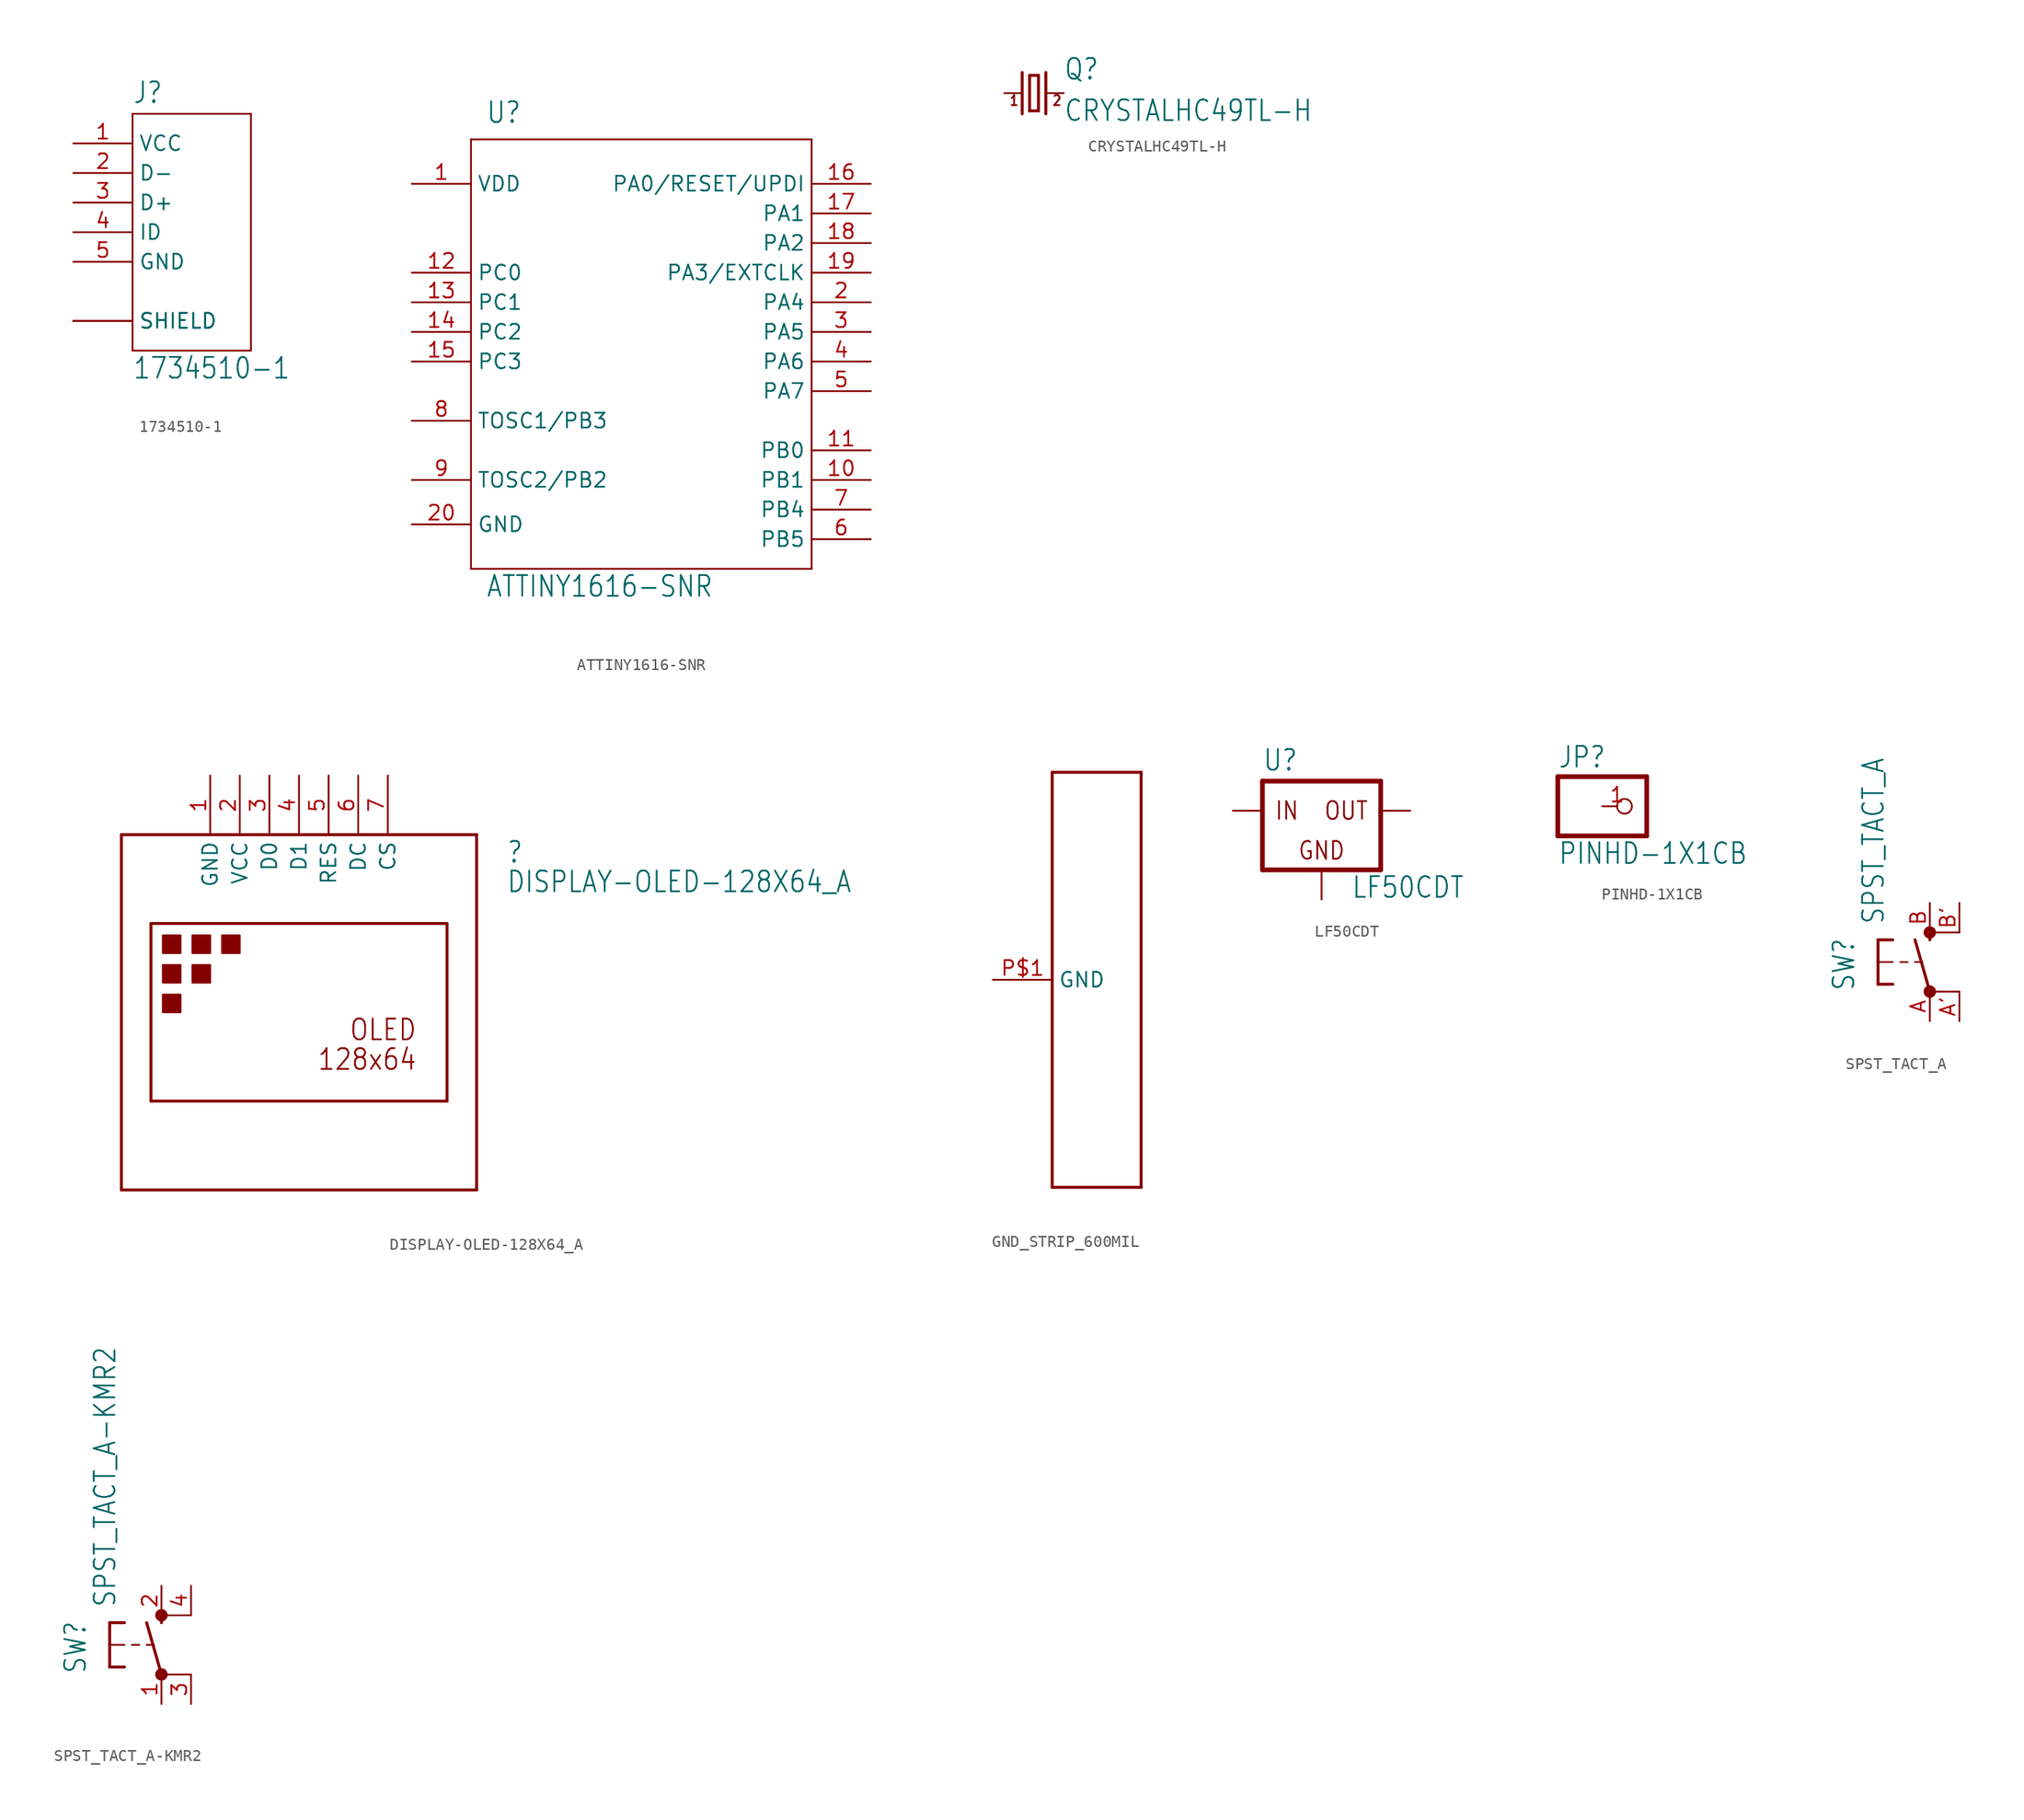
<source format=kicad_sym>
(kicad_symbol_lib
  (version 20211014)
  (generator kicad_symbol_editor)
  (symbol "1734510-1"
    (property "Reference" "J"
      (at -5.086 10.935 0)
      (effects (font (size 1.78 1.513)) (justify left bottom)))
    (property "Value" "1734510-1"
      (at -5.083 -12.707 0)
      (effects (font (size 1.779 1.512)) (justify left bottom)))
    (property "ki_locked" ""
      (at 0 0 0)
      (effects (font (size 1.27 1.27))))
    (symbol "1734510-1_1_0"
      (polyline (pts (xy -5.08 -10.16) (xy -5.08 10.16)) (stroke (width 0.152) (type default) (color 0 0 0 0)) (fill (type none)))
      (polyline (pts (xy -5.08 10.16) (xy 5.08 10.16)) (stroke (width 0.152) (type default) (color 0 0 0 0)) (fill (type none)))
      (polyline (pts (xy 5.08 -10.16) (xy -5.08 -10.16)) (stroke (width 0.152) (type default) (color 0 0 0 0)) (fill (type none)))
      (polyline (pts (xy 5.08 10.16) (xy 5.08 -10.16)) (stroke (width 0.152) (type default) (color 0 0 0 0)) (fill (type none)))
      (pin passive line (at -10.16 7.62 0) (length 5.08) (name "VCC" (effects (font (size 1.27 1.27)))) (number "1" (effects (font (size 1.27 1.27)))))
      (pin passive line (at -10.16 5.08 0) (length 5.08) (name "D-" (effects (font (size 1.27 1.27)))) (number "2" (effects (font (size 1.27 1.27)))))
      (pin passive line (at -10.16 2.54 0) (length 5.08) (name "D+" (effects (font (size 1.27 1.27)))) (number "3" (effects (font (size 1.27 1.27)))))
      (pin passive line (at -10.16 0 0) (length 5.08) (name "ID" (effects (font (size 1.27 1.27)))) (number "4" (effects (font (size 1.27 1.27)))))
      (pin passive line (at -10.16 -2.54 0) (length 5.08) (name "GND" (effects (font (size 1.27 1.27)))) (number "5" (effects (font (size 1.27 1.27)))))
      (pin passive line (at -10.16 -7.62 0) (length 5.08) (name "SHIELD" (effects (font (size 1.27 1.27)))) (number "SH1" (effects (font (size 0 0)))))
      (pin passive line (at -10.16 -7.62 0) (length 5.08) (name "SHIELD" (effects (font (size 1.27 1.27)))) (number "SH2" (effects (font (size 0 0)))))))
  (symbol "ATTINY1616-SNR"
    (property "Reference" "U"
      (at -12.7 17.78 0)
      (effects (font (size 1.778 1.511)) (justify left bottom)))
    (property "Value" "ATTINY1616-SNR"
      (at -12.7 -22.86 0)
      (effects (font (size 1.778 1.511)) (justify left bottom)))
    (property "ki_locked" ""
      (at 0 0 0)
      (effects (font (size 1.27 1.27))))
    (symbol "ATTINY1616-SNR_1_0"
      (polyline (pts (xy -13.97 -20.32) (xy 15.24 -20.32)) (stroke (width 0.152) (type default) (color 0 0 0 0)) (fill (type none)))
      (polyline (pts (xy -13.97 16.51) (xy -13.97 -20.32)) (stroke (width 0.152) (type default) (color 0 0 0 0)) (fill (type none)))
      (polyline (pts (xy 15.24 -20.32) (xy 15.24 16.51)) (stroke (width 0.152) (type default) (color 0 0 0 0)) (fill (type none)))
      (polyline (pts (xy 15.24 16.51) (xy -13.97 16.51)) (stroke (width 0.152) (type default) (color 0 0 0 0)) (fill (type none)))
      (pin power_in line (at -19.05 12.7 0) (length 5.08) (name "VDD" (effects (font (size 1.27 1.27)))) (number "1" (effects (font (size 1.27 1.27)))))
      (pin bidirectional line (at 20.32 -12.7 180) (length 5.08) (name "PB1" (effects (font (size 1.27 1.27)))) (number "10" (effects (font (size 1.27 1.27)))))
      (pin bidirectional line (at 20.32 -10.16 180) (length 5.08) (name "PB0" (effects (font (size 1.27 1.27)))) (number "11" (effects (font (size 1.27 1.27)))))
      (pin bidirectional line (at -19.05 5.08 0) (length 5.08) (name "PC0" (effects (font (size 1.27 1.27)))) (number "12" (effects (font (size 1.27 1.27)))))
      (pin bidirectional line (at -19.05 2.54 0) (length 5.08) (name "PC1" (effects (font (size 1.27 1.27)))) (number "13" (effects (font (size 1.27 1.27)))))
      (pin bidirectional line (at -19.05 0 0) (length 5.08) (name "PC2" (effects (font (size 1.27 1.27)))) (number "14" (effects (font (size 1.27 1.27)))))
      (pin bidirectional line (at -19.05 -2.54 0) (length 5.08) (name "PC3" (effects (font (size 1.27 1.27)))) (number "15" (effects (font (size 1.27 1.27)))))
      (pin bidirectional line (at 20.32 12.7 180) (length 5.08) (name "PA0/RESET/UPDI" (effects (font (size 1.27 1.27)))) (number "16" (effects (font (size 1.27 1.27)))))
      (pin bidirectional line (at 20.32 10.16 180) (length 5.08) (name "PA1" (effects (font (size 1.27 1.27)))) (number "17" (effects (font (size 1.27 1.27)))))
      (pin bidirectional line (at 20.32 7.62 180) (length 5.08) (name "PA2" (effects (font (size 1.27 1.27)))) (number "18" (effects (font (size 1.27 1.27)))))
      (pin bidirectional line (at 20.32 5.08 180) (length 5.08) (name "PA3/EXTCLK" (effects (font (size 1.27 1.27)))) (number "19" (effects (font (size 1.27 1.27)))))
      (pin bidirectional line (at 20.32 2.54 180) (length 5.08) (name "PA4" (effects (font (size 1.27 1.27)))) (number "2" (effects (font (size 1.27 1.27)))))
      (pin power_in line (at -19.05 -16.51 0) (length 5.08) (name "GND" (effects (font (size 1.27 1.27)))) (number "20" (effects (font (size 1.27 1.27)))))
      (pin bidirectional line (at 20.32 0 180) (length 5.08) (name "PA5" (effects (font (size 1.27 1.27)))) (number "3" (effects (font (size 1.27 1.27)))))
      (pin bidirectional line (at 20.32 -2.54 180) (length 5.08) (name "PA6" (effects (font (size 1.27 1.27)))) (number "4" (effects (font (size 1.27 1.27)))))
      (pin bidirectional line (at 20.32 -5.08 180) (length 5.08) (name "PA7" (effects (font (size 1.27 1.27)))) (number "5" (effects (font (size 1.27 1.27)))))
      (pin bidirectional line (at 20.32 -17.78 180) (length 5.08) (name "PB5" (effects (font (size 1.27 1.27)))) (number "6" (effects (font (size 1.27 1.27)))))
      (pin bidirectional line (at 20.32 -15.24 180) (length 5.08) (name "PB4" (effects (font (size 1.27 1.27)))) (number "7" (effects (font (size 1.27 1.27)))))
      (pin bidirectional line (at -19.05 -7.62 0) (length 5.08) (name "TOSC1/PB3" (effects (font (size 1.27 1.27)))) (number "8" (effects (font (size 1.27 1.27)))))
      (pin bidirectional line (at -19.05 -12.7 0) (length 5.08) (name "TOSC2/PB2" (effects (font (size 1.27 1.27)))) (number "9" (effects (font (size 1.27 1.27)))))))
  (symbol "CRYSTALHC49TL-H"
    (property "Reference" "Q"
      (at 2.54 1.016 0)
      (effects (font (size 1.778 1.511)) (justify left bottom)))
    (property "Value" "CRYSTALHC49TL-H"
      (at 2.54 -2.54 0)
      (effects (font (size 1.778 1.511)) (justify left bottom)))
    (property "ki_locked" ""
      (at 0 0 0)
      (effects (font (size 1.27 1.27))))
    (symbol "CRYSTALHC49TL-H_1_0"
      (polyline (pts (xy -2.54 0) (xy -1.016 0)) (stroke (width 0.152) (type default) (color 0 0 0 0)) (fill (type none)))
      (polyline (pts (xy -1.016 1.778) (xy -1.016 -1.778)) (stroke (width 0.254) (type default) (color 0 0 0 0)) (fill (type none)))
      (polyline (pts (xy -0.381 -1.524) (xy 0.381 -1.524)) (stroke (width 0.254) (type default) (color 0 0 0 0)) (fill (type none)))
      (polyline (pts (xy -0.381 1.524) (xy -0.381 -1.524)) (stroke (width 0.254) (type default) (color 0 0 0 0)) (fill (type none)))
      (polyline (pts (xy 0.381 -1.524) (xy 0.381 1.524)) (stroke (width 0.254) (type default) (color 0 0 0 0)) (fill (type none)))
      (polyline (pts (xy 0.381 1.524) (xy -0.381 1.524)) (stroke (width 0.254) (type default) (color 0 0 0 0)) (fill (type none)))
      (polyline (pts (xy 1.016 0) (xy 2.54 0)) (stroke (width 0.152) (type default) (color 0 0 0 0)) (fill (type none)))
      (polyline (pts (xy 1.016 1.778) (xy 1.016 -1.778)) (stroke (width 0.254) (type default) (color 0 0 0 0)) (fill (type none)))
      (text "1" (at -2.159 -1.143 0) (effects (font (size 0.864 0.734)) (justify left bottom)))
      (text "2" (at 1.524 -1.143 0) (effects (font (size 0.864 0.734)) (justify left bottom)))
      (pin passive line (at -2.54 0 0) (length 0) (name "1" (effects (font (size 0 0)))) (number "1" (effects (font (size 0 0)))))
      (pin passive line (at 2.54 0 180) (length 0) (name "2" (effects (font (size 0 0)))) (number "2" (effects (font (size 0 0)))))))
  (symbol "DISPLAY-OLED-128X64_A"
    (property "Reference" ""
      (at 17.78 12.7 0)
      (effects (font (size 1.778 1.511)) (justify left bottom)))
    (property "Value" "DISPLAY-OLED-128X64_A"
      (at 17.78 10.16 0)
      (effects (font (size 1.778 1.511)) (justify left bottom)))
    (property "ki_locked" ""
      (at 0 0 0)
      (effects (font (size 1.27 1.27))))
    (symbol "DISPLAY-OLED-128X64_A_1_0"
      (rectangle (start -11.684 0) (end -10.16 1.524) (stroke (width 0) (type default) (color 0 0 0 0)) (fill (type outline)))
      (rectangle (start -11.684 2.54) (end -10.16 4.064) (stroke (width 0) (type default) (color 0 0 0 0)) (fill (type outline)))
      (rectangle (start -11.684 5.08) (end -10.16 6.604) (stroke (width 0) (type default) (color 0 0 0 0)) (fill (type outline)))
      (rectangle (start -9.144 2.54) (end -7.62 4.064) (stroke (width 0) (type default) (color 0 0 0 0)) (fill (type outline)))
      (rectangle (start -9.144 5.08) (end -7.62 6.604) (stroke (width 0) (type default) (color 0 0 0 0)) (fill (type outline)))
      (rectangle (start -6.604 5.08) (end -5.08 6.604) (stroke (width 0) (type default) (color 0 0 0 0)) (fill (type outline)))
      (polyline (pts (xy -15.24 -15.24) (xy -15.24 15.24)) (stroke (width 0.254) (type default) (color 0 0 0 0)) (fill (type none)))
      (polyline (pts (xy -15.24 15.24) (xy 15.24 15.24)) (stroke (width 0.254) (type default) (color 0 0 0 0)) (fill (type none)))
      (polyline (pts (xy -12.7 -7.62) (xy -12.7 7.62)) (stroke (width 0.254) (type default) (color 0 0 0 0)) (fill (type none)))
      (polyline (pts (xy -12.7 7.62) (xy 12.7 7.62)) (stroke (width 0.254) (type default) (color 0 0 0 0)) (fill (type none)))
      (polyline (pts (xy 12.7 -7.62) (xy -12.7 -7.62)) (stroke (width 0.254) (type default) (color 0 0 0 0)) (fill (type none)))
      (polyline (pts (xy 12.7 7.62) (xy 12.7 -7.62)) (stroke (width 0.254) (type default) (color 0 0 0 0)) (fill (type none)))
      (polyline (pts (xy 15.24 -15.24) (xy -15.24 -15.24)) (stroke (width 0.254) (type default) (color 0 0 0 0)) (fill (type none)))
      (polyline (pts (xy 15.24 15.24) (xy 15.24 -15.24)) (stroke (width 0.254) (type default) (color 0 0 0 0)) (fill (type none)))
      (text "128x64" (at 10.16 -5.08 0) (effects (font (size 1.778 1.511)) (justify right bottom)))
      (text "OLED" (at 10.16 -2.54 0) (effects (font (size 1.778 1.511)) (justify right bottom)))
      (pin power_in line (at -7.62 20.32 270) (length 5.08) (name "GND" (effects (font (size 1.27 1.27)))) (number "1" (effects (font (size 1.27 1.27)))))
      (pin power_in line (at -5.08 20.32 270) (length 5.08) (name "VCC" (effects (font (size 1.27 1.27)))) (number "2" (effects (font (size 1.27 1.27)))))
      (pin bidirectional line (at -2.54 20.32 270) (length 5.08) (name "D0" (effects (font (size 1.27 1.27)))) (number "3" (effects (font (size 1.27 1.27)))))
      (pin bidirectional line (at 0 20.32 270) (length 5.08) (name "D1" (effects (font (size 1.27 1.27)))) (number "4" (effects (font (size 1.27 1.27)))))
      (pin bidirectional line (at 2.54 20.32 270) (length 5.08) (name "RES" (effects (font (size 1.27 1.27)))) (number "5" (effects (font (size 1.27 1.27)))))
      (pin bidirectional line (at 5.08 20.32 270) (length 5.08) (name "DC" (effects (font (size 1.27 1.27)))) (number "6" (effects (font (size 1.27 1.27)))))
      (pin bidirectional line (at 7.62 20.32 270) (length 5.08) (name "CS" (effects (font (size 1.27 1.27)))) (number "7" (effects (font (size 1.27 1.27)))))))
  (symbol "GND_STRIP_600MIL"
    (property "Reference" ""
      (at 0 0 0)
      (effects (font (size 1.27 1.27)) hide))
    (property "ki_locked" ""
      (at 0 0 0)
      (effects (font (size 1.27 1.27))))
    (symbol "GND_STRIP_600MIL_1_0"
      (polyline (pts (xy -2.54 -17.78) (xy 5.08 -17.78)) (stroke (width 0.254) (type default) (color 0 0 0 0)) (fill (type none)))
      (polyline (pts (xy -2.54 17.78) (xy -2.54 -17.78)) (stroke (width 0.254) (type default) (color 0 0 0 0)) (fill (type none)))
      (polyline (pts (xy 5.08 -17.78) (xy 5.08 17.78)) (stroke (width 0.254) (type default) (color 0 0 0 0)) (fill (type none)))
      (polyline (pts (xy 5.08 17.78) (xy -2.54 17.78)) (stroke (width 0.254) (type default) (color 0 0 0 0)) (fill (type none)))
      (pin bidirectional line (at -7.62 0 0) (length 5.08) (name "GND" (effects (font (size 1.27 1.27)))) (number "P$1" (effects (font (size 1.27 1.27)))))))
  (symbol "LF50CDT"
    (property "Reference" "U"
      (at -5.08 3.302 0)
      (effects (font (size 1.778 1.511)) (justify left bottom)))
    (property "Value" "LF50CDT"
      (at 2.54 -7.62 0)
      (effects (font (size 1.778 1.511)) (justify left bottom)))
    (property "ki_locked" ""
      (at 0 0 0)
      (effects (font (size 1.27 1.27))))
    (symbol "LF50CDT_1_0"
      (polyline (pts (xy -5.08 -5.08) (xy 5.08 -5.08)) (stroke (width 0.406) (type default) (color 0 0 0 0)) (fill (type none)))
      (polyline (pts (xy -5.08 2.54) (xy -5.08 -5.08)) (stroke (width 0.406) (type default) (color 0 0 0 0)) (fill (type none)))
      (polyline (pts (xy 5.08 -5.08) (xy 5.08 2.54)) (stroke (width 0.406) (type default) (color 0 0 0 0)) (fill (type none)))
      (polyline (pts (xy 5.08 2.54) (xy -5.08 2.54)) (stroke (width 0.406) (type default) (color 0 0 0 0)) (fill (type none)))
      (text "GND" (at 0 -4.318 0) (effects (font (size 1.524 1.295)) (justify bottom)))
      (text "IN" (at -4.064 0 0) (effects (font (size 1.524 1.295)) (justify left)))
      (text "OUT" (at 4.064 0 0) (effects (font (size 1.524 1.295)) (justify right)))
      (pin power_in line (at -7.62 0 0) (length 2.54) (name "VIN" (effects (font (size 0 0)))) (number "1" (effects (font (size 0 0)))))
      (pin power_in line (at 7.62 0 180) (length 2.54) (name "VOUT" (effects (font (size 0 0)))) (number "3" (effects (font (size 0 0)))))
      (pin power_in line (at 0 -7.62 90) (length 2.54) (name "GND" (effects (font (size 0 0)))) (number "4" (effects (font (size 0 0)))))))
  (symbol "PINHD-1X1CB"
    (property "Reference" "JP"
      (at -6.35 3.175 0)
      (effects (font (size 1.778 1.511)) (justify left bottom)))
    (property "Value" "PINHD-1X1CB"
      (at -6.35 -5.08 0)
      (effects (font (size 1.778 1.511)) (justify left bottom)))
    (property "ki_locked" ""
      (at 0 0 0)
      (effects (font (size 1.27 1.27))))
    (symbol "PINHD-1X1CB_1_0"
      (polyline (pts (xy -6.35 -2.54) (xy 1.27 -2.54)) (stroke (width 0.406) (type default) (color 0 0 0 0)) (fill (type none)))
      (polyline (pts (xy -6.35 2.54) (xy -6.35 -2.54)) (stroke (width 0.406) (type default) (color 0 0 0 0)) (fill (type none)))
      (polyline (pts (xy 1.27 -2.54) (xy 1.27 2.54)) (stroke (width 0.406) (type default) (color 0 0 0 0)) (fill (type none)))
      (polyline (pts (xy 1.27 2.54) (xy -6.35 2.54)) (stroke (width 0.406) (type default) (color 0 0 0 0)) (fill (type none)))
      (pin passive inverted (at -2.54 0 0) (length 2.54) (name "1" (effects (font (size 0 0)))) (number "1" (effects (font (size 1.27 1.27)))))))
  (symbol "SPST_TACT_A"
    (property "Reference" "SW"
      (at -6.35 -2.54 90)
      (effects (font (size 1.778 1.511)) (justify left bottom)))
    (property "Value" "SPST_TACT_A"
      (at -3.81 3.175 90)
      (effects (font (size 1.778 1.511)) (justify left bottom)))
    (property "ki_locked" ""
      (at 0 0 0)
      (effects (font (size 1.27 1.27))))
    (symbol "SPST_TACT_A_1_0"
      (circle (center 0 -2.54) (radius 0.127) (stroke (width 0.406) (type default) (color 0 0 0 0)) (fill (type none)))
      (polyline (pts (xy -4.445 -1.905) (xy -3.175 -1.905)) (stroke (width 0.254) (type default) (color 0 0 0 0)) (fill (type none)))
      (polyline (pts (xy -4.445 0) (xy -4.445 -1.905)) (stroke (width 0.254) (type default) (color 0 0 0 0)) (fill (type none)))
      (polyline (pts (xy -4.445 0) (xy -3.175 0)) (stroke (width 0.152) (type default) (color 0 0 0 0)) (fill (type none)))
      (polyline (pts (xy -4.445 1.905) (xy -4.445 0)) (stroke (width 0.254) (type default) (color 0 0 0 0)) (fill (type none)))
      (polyline (pts (xy -4.445 1.905) (xy -3.175 1.905)) (stroke (width 0.254) (type default) (color 0 0 0 0)) (fill (type none)))
      (polyline (pts (xy -2.54 0) (xy -1.905 0)) (stroke (width 0.152) (type default) (color 0 0 0 0)) (fill (type none)))
      (polyline (pts (xy -1.27 0) (xy -0.635 0)) (stroke (width 0.152) (type default) (color 0 0 0 0)) (fill (type none)))
      (polyline (pts (xy 0 -2.54) (xy -1.27 1.905)) (stroke (width 0.254) (type default) (color 0 0 0 0)) (fill (type none)))
      (polyline (pts (xy 0 1.905) (xy 0 2.54)) (stroke (width 0.254) (type default) (color 0 0 0 0)) (fill (type none)))
      (polyline (pts (xy 2.54 -2.54) (xy 0 -2.54)) (stroke (width 0.152) (type default) (color 0 0 0 0)) (fill (type none)))
      (polyline (pts (xy 2.54 2.54) (xy 0 2.54)) (stroke (width 0.152) (type default) (color 0 0 0 0)) (fill (type none)))
      (circle (center 0 2.54) (radius 0.127) (stroke (width 0.406) (type default) (color 0 0 0 0)) (fill (type none)))
      (pin passive line (at 0 -5.08 90) (length 2.54) (name "P" (effects (font (size 0 0)))) (number "A" (effects (font (size 1.27 1.27)))))
      (pin passive line (at 2.54 -5.08 90) (length 2.54) (name "P1" (effects (font (size 0 0)))) (number "A'" (effects (font (size 1.27 1.27)))))
      (pin passive line (at 0 5.08 270) (length 2.54) (name "S" (effects (font (size 0 0)))) (number "B" (effects (font (size 1.27 1.27)))))
      (pin passive line (at 2.54 5.08 270) (length 2.54) (name "S1" (effects (font (size 0 0)))) (number "B'" (effects (font (size 1.27 1.27)))))))
  (symbol "SPST_TACT_A-KMR2"
    (property "Reference" "SW"
      (at -6.35 -2.54 90)
      (effects (font (size 1.778 1.511)) (justify left bottom)))
    (property "Value" "SPST_TACT_A-KMR2"
      (at -3.81 3.175 90)
      (effects (font (size 1.778 1.511)) (justify left bottom)))
    (property "ki_locked" ""
      (at 0 0 0)
      (effects (font (size 1.27 1.27))))
    (symbol "SPST_TACT_A-KMR2_1_0"
      (circle (center 0 -2.54) (radius 0.127) (stroke (width 0.406) (type default) (color 0 0 0 0)) (fill (type none)))
      (polyline (pts (xy -4.445 -1.905) (xy -3.175 -1.905)) (stroke (width 0.254) (type default) (color 0 0 0 0)) (fill (type none)))
      (polyline (pts (xy -4.445 0) (xy -4.445 -1.905)) (stroke (width 0.254) (type default) (color 0 0 0 0)) (fill (type none)))
      (polyline (pts (xy -4.445 0) (xy -3.175 0)) (stroke (width 0.152) (type default) (color 0 0 0 0)) (fill (type none)))
      (polyline (pts (xy -4.445 1.905) (xy -4.445 0)) (stroke (width 0.254) (type default) (color 0 0 0 0)) (fill (type none)))
      (polyline (pts (xy -4.445 1.905) (xy -3.175 1.905)) (stroke (width 0.254) (type default) (color 0 0 0 0)) (fill (type none)))
      (polyline (pts (xy -2.54 0) (xy -1.905 0)) (stroke (width 0.152) (type default) (color 0 0 0 0)) (fill (type none)))
      (polyline (pts (xy -1.27 0) (xy -0.635 0)) (stroke (width 0.152) (type default) (color 0 0 0 0)) (fill (type none)))
      (polyline (pts (xy 0 -2.54) (xy -1.27 1.905)) (stroke (width 0.254) (type default) (color 0 0 0 0)) (fill (type none)))
      (polyline (pts (xy 0 1.905) (xy 0 2.54)) (stroke (width 0.254) (type default) (color 0 0 0 0)) (fill (type none)))
      (polyline (pts (xy 2.54 -2.54) (xy 0 -2.54)) (stroke (width 0.152) (type default) (color 0 0 0 0)) (fill (type none)))
      (polyline (pts (xy 2.54 2.54) (xy 0 2.54)) (stroke (width 0.152) (type default) (color 0 0 0 0)) (fill (type none)))
      (circle (center 0 2.54) (radius 0.127) (stroke (width 0.406) (type default) (color 0 0 0 0)) (fill (type none)))
      (pin passive line (at 0 -5.08 90) (length 2.54) (name "P" (effects (font (size 0 0)))) (number "1" (effects (font (size 1.27 1.27)))))
      (pin passive line (at 0 5.08 270) (length 2.54) (name "S" (effects (font (size 0 0)))) (number "2" (effects (font (size 1.27 1.27)))))
      (pin passive line (at 2.54 -5.08 90) (length 2.54) (name "P1" (effects (font (size 0 0)))) (number "3" (effects (font (size 1.27 1.27)))))
      (pin passive line (at 2.54 5.08 270) (length 2.54) (name "S1" (effects (font (size 0 0)))) (number "4" (effects (font (size 1.27 1.27))))))))
</source>
